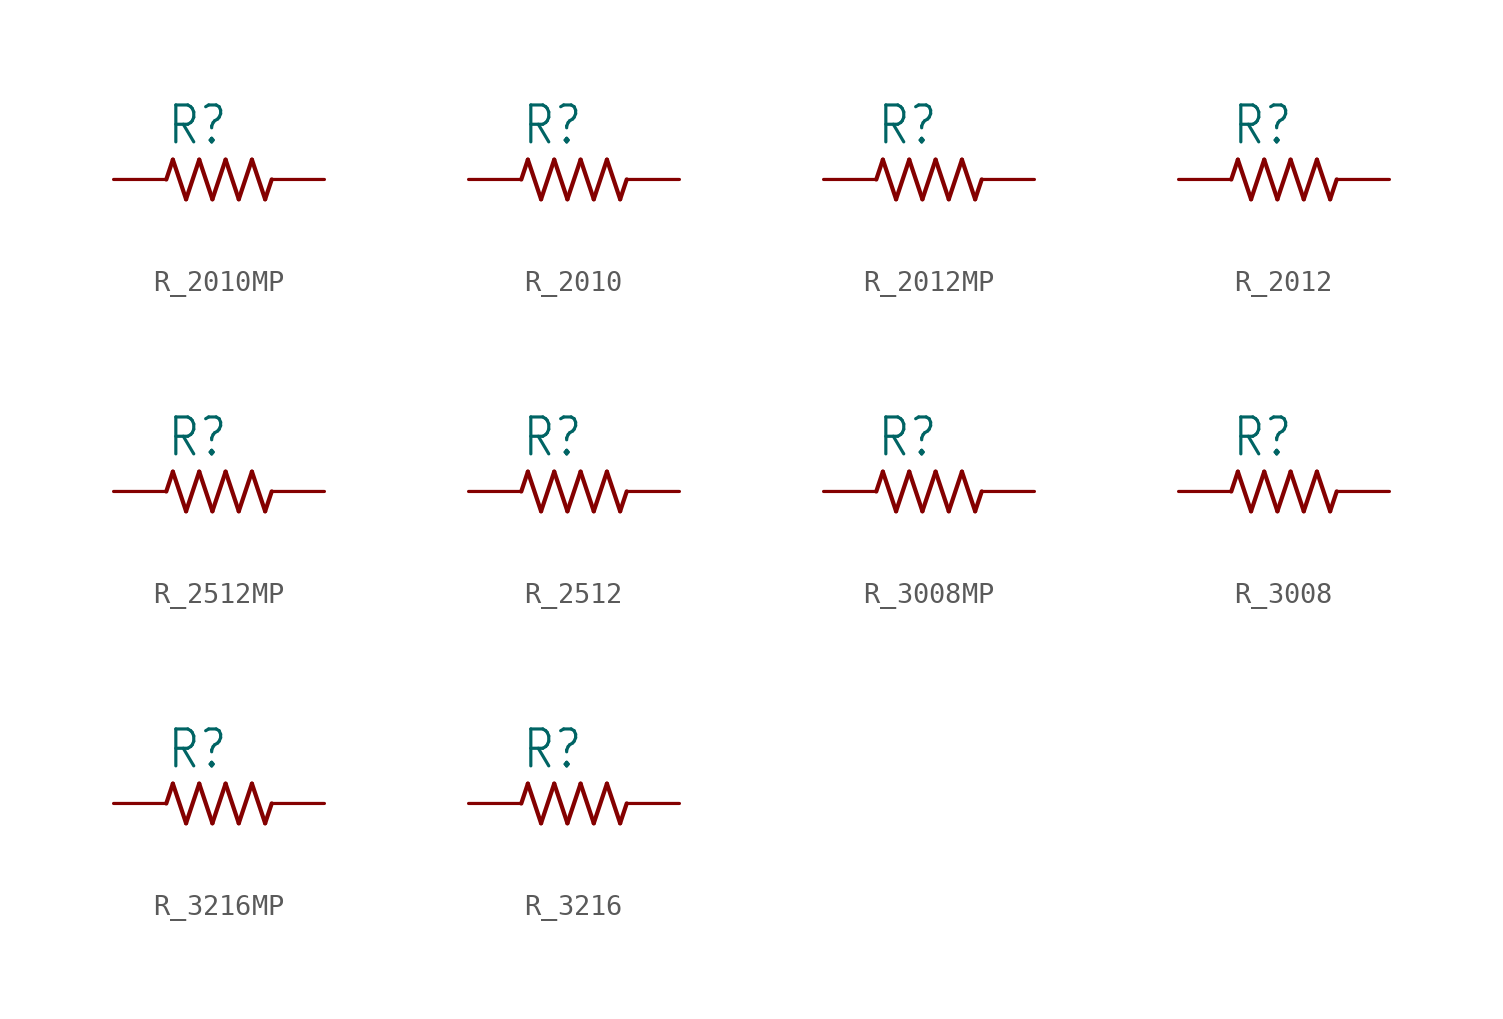
<source format=kicad_sym>
(kicad_symbol_lib
  (version 20231120)
  (generator "kicad_symbol_editor")
  (generator_version "8.0")
  (symbol "R_2010MP"
    (property "Reference" "R"
      (at -2.54 1.587 0)
      (effects (font (size 1.778 1.511)) (justify left bottom)))
    (property "Value" ""
      (at -2.54 -3.175 0)
      (effects (font (size 1.778 1.511)) (justify left bottom)))
    (property "ki_locked" ""
      (at 0 0 0)
      (effects (font (size 1.27 1.27))))
    (symbol "R_2010MP_1_0"
      (polyline (pts (xy -2.54 0) (xy -2.223 0.953)) (stroke (width 0.203) (type solid)) (fill (type none)))
      (polyline (pts (xy -2.223 0.953) (xy -1.587 -0.953)) (stroke (width 0.203) (type solid)) (fill (type none)))
      (polyline (pts (xy -1.587 -0.953) (xy -0.953 0.953)) (stroke (width 0.203) (type solid)) (fill (type none)))
      (polyline (pts (xy -0.953 0.953) (xy -0.318 -0.953)) (stroke (width 0.203) (type solid)) (fill (type none)))
      (polyline (pts (xy -0.318 -0.953) (xy 0.318 0.953)) (stroke (width 0.203) (type solid)) (fill (type none)))
      (polyline (pts (xy 0.318 0.953) (xy 0.953 -0.953)) (stroke (width 0.203) (type solid)) (fill (type none)))
      (polyline (pts (xy 0.953 -0.953) (xy 1.587 0.953)) (stroke (width 0.203) (type solid)) (fill (type none)))
      (polyline (pts (xy 1.587 0.953) (xy 2.223 -0.953)) (stroke (width 0.203) (type solid)) (fill (type none)))
      (polyline (pts (xy 2.223 -0.953) (xy 2.54 0)) (stroke (width 0.203) (type solid)) (fill (type none)))
      (pin passive line (at -5.08 0 0) (length 2.54) (name "1" (effects (font (size 0 0)))) (number "1" (effects (font (size 0 0)))))
      (pin passive line (at 5.08 0 180) (length 2.54) (name "2" (effects (font (size 0 0)))) (number "2" (effects (font (size 0 0)))))))
  (symbol "R_2010"
    (property "Reference" "R"
      (at -2.54 1.587 0)
      (effects (font (size 1.778 1.511)) (justify left bottom)))
    (property "Value" ""
      (at -2.54 -3.175 0)
      (effects (font (size 1.778 1.511)) (justify left bottom)))
    (property "ki_locked" ""
      (at 0 0 0)
      (effects (font (size 1.27 1.27))))
    (symbol "R_2010_1_0"
      (polyline (pts (xy -2.54 0) (xy -2.223 0.953)) (stroke (width 0.203) (type solid)) (fill (type none)))
      (polyline (pts (xy -2.223 0.953) (xy -1.587 -0.953)) (stroke (width 0.203) (type solid)) (fill (type none)))
      (polyline (pts (xy -1.587 -0.953) (xy -0.953 0.953)) (stroke (width 0.203) (type solid)) (fill (type none)))
      (polyline (pts (xy -0.953 0.953) (xy -0.318 -0.953)) (stroke (width 0.203) (type solid)) (fill (type none)))
      (polyline (pts (xy -0.318 -0.953) (xy 0.318 0.953)) (stroke (width 0.203) (type solid)) (fill (type none)))
      (polyline (pts (xy 0.318 0.953) (xy 0.953 -0.953)) (stroke (width 0.203) (type solid)) (fill (type none)))
      (polyline (pts (xy 0.953 -0.953) (xy 1.587 0.953)) (stroke (width 0.203) (type solid)) (fill (type none)))
      (polyline (pts (xy 1.587 0.953) (xy 2.223 -0.953)) (stroke (width 0.203) (type solid)) (fill (type none)))
      (polyline (pts (xy 2.223 -0.953) (xy 2.54 0)) (stroke (width 0.203) (type solid)) (fill (type none)))
      (pin passive line (at -5.08 0 0) (length 2.54) (name "1" (effects (font (size 0 0)))) (number "1" (effects (font (size 0 0)))))
      (pin passive line (at 5.08 0 180) (length 2.54) (name "2" (effects (font (size 0 0)))) (number "2" (effects (font (size 0 0)))))))
  (symbol "R_2012MP"
    (property "Reference" "R"
      (at -2.54 1.587 0)
      (effects (font (size 1.778 1.511)) (justify left bottom)))
    (property "Value" ""
      (at -2.54 -3.175 0)
      (effects (font (size 1.778 1.511)) (justify left bottom)))
    (property "ki_locked" ""
      (at 0 0 0)
      (effects (font (size 1.27 1.27))))
    (symbol "R_2012MP_1_0"
      (polyline (pts (xy -2.54 0) (xy -2.223 0.953)) (stroke (width 0.203) (type solid)) (fill (type none)))
      (polyline (pts (xy -2.223 0.953) (xy -1.587 -0.953)) (stroke (width 0.203) (type solid)) (fill (type none)))
      (polyline (pts (xy -1.587 -0.953) (xy -0.953 0.953)) (stroke (width 0.203) (type solid)) (fill (type none)))
      (polyline (pts (xy -0.953 0.953) (xy -0.318 -0.953)) (stroke (width 0.203) (type solid)) (fill (type none)))
      (polyline (pts (xy -0.318 -0.953) (xy 0.318 0.953)) (stroke (width 0.203) (type solid)) (fill (type none)))
      (polyline (pts (xy 0.318 0.953) (xy 0.953 -0.953)) (stroke (width 0.203) (type solid)) (fill (type none)))
      (polyline (pts (xy 0.953 -0.953) (xy 1.587 0.953)) (stroke (width 0.203) (type solid)) (fill (type none)))
      (polyline (pts (xy 1.587 0.953) (xy 2.223 -0.953)) (stroke (width 0.203) (type solid)) (fill (type none)))
      (polyline (pts (xy 2.223 -0.953) (xy 2.54 0)) (stroke (width 0.203) (type solid)) (fill (type none)))
      (pin passive line (at -5.08 0 0) (length 2.54) (name "1" (effects (font (size 0 0)))) (number "1" (effects (font (size 0 0)))))
      (pin passive line (at 5.08 0 180) (length 2.54) (name "2" (effects (font (size 0 0)))) (number "2" (effects (font (size 0 0)))))))
  (symbol "R_2012"
    (property "Reference" "R"
      (at -2.54 1.587 0)
      (effects (font (size 1.778 1.511)) (justify left bottom)))
    (property "Value" ""
      (at -2.54 -3.175 0)
      (effects (font (size 1.778 1.511)) (justify left bottom)))
    (property "ki_locked" ""
      (at 0 0 0)
      (effects (font (size 1.27 1.27))))
    (symbol "R_2012_1_0"
      (polyline (pts (xy -2.54 0) (xy -2.223 0.953)) (stroke (width 0.203) (type solid)) (fill (type none)))
      (polyline (pts (xy -2.223 0.953) (xy -1.587 -0.953)) (stroke (width 0.203) (type solid)) (fill (type none)))
      (polyline (pts (xy -1.587 -0.953) (xy -0.953 0.953)) (stroke (width 0.203) (type solid)) (fill (type none)))
      (polyline (pts (xy -0.953 0.953) (xy -0.318 -0.953)) (stroke (width 0.203) (type solid)) (fill (type none)))
      (polyline (pts (xy -0.318 -0.953) (xy 0.318 0.953)) (stroke (width 0.203) (type solid)) (fill (type none)))
      (polyline (pts (xy 0.318 0.953) (xy 0.953 -0.953)) (stroke (width 0.203) (type solid)) (fill (type none)))
      (polyline (pts (xy 0.953 -0.953) (xy 1.587 0.953)) (stroke (width 0.203) (type solid)) (fill (type none)))
      (polyline (pts (xy 1.587 0.953) (xy 2.223 -0.953)) (stroke (width 0.203) (type solid)) (fill (type none)))
      (polyline (pts (xy 2.223 -0.953) (xy 2.54 0)) (stroke (width 0.203) (type solid)) (fill (type none)))
      (pin passive line (at -5.08 0 0) (length 2.54) (name "1" (effects (font (size 0 0)))) (number "1" (effects (font (size 0 0)))))
      (pin passive line (at 5.08 0 180) (length 2.54) (name "2" (effects (font (size 0 0)))) (number "2" (effects (font (size 0 0)))))))
  (symbol "R_2512MP"
    (property "Reference" "R"
      (at -2.54 1.587 0)
      (effects (font (size 1.778 1.511)) (justify left bottom)))
    (property "Value" ""
      (at -2.54 -3.175 0)
      (effects (font (size 1.778 1.511)) (justify left bottom)))
    (property "ki_locked" ""
      (at 0 0 0)
      (effects (font (size 1.27 1.27))))
    (symbol "R_2512MP_1_0"
      (polyline (pts (xy -2.54 0) (xy -2.223 0.953)) (stroke (width 0.203) (type solid)) (fill (type none)))
      (polyline (pts (xy -2.223 0.953) (xy -1.587 -0.953)) (stroke (width 0.203) (type solid)) (fill (type none)))
      (polyline (pts (xy -1.587 -0.953) (xy -0.953 0.953)) (stroke (width 0.203) (type solid)) (fill (type none)))
      (polyline (pts (xy -0.953 0.953) (xy -0.318 -0.953)) (stroke (width 0.203) (type solid)) (fill (type none)))
      (polyline (pts (xy -0.318 -0.953) (xy 0.318 0.953)) (stroke (width 0.203) (type solid)) (fill (type none)))
      (polyline (pts (xy 0.318 0.953) (xy 0.953 -0.953)) (stroke (width 0.203) (type solid)) (fill (type none)))
      (polyline (pts (xy 0.953 -0.953) (xy 1.587 0.953)) (stroke (width 0.203) (type solid)) (fill (type none)))
      (polyline (pts (xy 1.587 0.953) (xy 2.223 -0.953)) (stroke (width 0.203) (type solid)) (fill (type none)))
      (polyline (pts (xy 2.223 -0.953) (xy 2.54 0)) (stroke (width 0.203) (type solid)) (fill (type none)))
      (pin passive line (at -5.08 0 0) (length 2.54) (name "1" (effects (font (size 0 0)))) (number "1" (effects (font (size 0 0)))))
      (pin passive line (at 5.08 0 180) (length 2.54) (name "2" (effects (font (size 0 0)))) (number "2" (effects (font (size 0 0)))))))
  (symbol "R_2512"
    (property "Reference" "R"
      (at -2.54 1.587 0)
      (effects (font (size 1.778 1.511)) (justify left bottom)))
    (property "Value" ""
      (at -2.54 -3.175 0)
      (effects (font (size 1.778 1.511)) (justify left bottom)))
    (property "ki_locked" ""
      (at 0 0 0)
      (effects (font (size 1.27 1.27))))
    (symbol "R_2512_1_0"
      (polyline (pts (xy -2.54 0) (xy -2.223 0.953)) (stroke (width 0.203) (type solid)) (fill (type none)))
      (polyline (pts (xy -2.223 0.953) (xy -1.587 -0.953)) (stroke (width 0.203) (type solid)) (fill (type none)))
      (polyline (pts (xy -1.587 -0.953) (xy -0.953 0.953)) (stroke (width 0.203) (type solid)) (fill (type none)))
      (polyline (pts (xy -0.953 0.953) (xy -0.318 -0.953)) (stroke (width 0.203) (type solid)) (fill (type none)))
      (polyline (pts (xy -0.318 -0.953) (xy 0.318 0.953)) (stroke (width 0.203) (type solid)) (fill (type none)))
      (polyline (pts (xy 0.318 0.953) (xy 0.953 -0.953)) (stroke (width 0.203) (type solid)) (fill (type none)))
      (polyline (pts (xy 0.953 -0.953) (xy 1.587 0.953)) (stroke (width 0.203) (type solid)) (fill (type none)))
      (polyline (pts (xy 1.587 0.953) (xy 2.223 -0.953)) (stroke (width 0.203) (type solid)) (fill (type none)))
      (polyline (pts (xy 2.223 -0.953) (xy 2.54 0)) (stroke (width 0.203) (type solid)) (fill (type none)))
      (pin passive line (at -5.08 0 0) (length 2.54) (name "1" (effects (font (size 0 0)))) (number "1" (effects (font (size 0 0)))))
      (pin passive line (at 5.08 0 180) (length 2.54) (name "2" (effects (font (size 0 0)))) (number "2" (effects (font (size 0 0)))))))
  (symbol "R_3008MP"
    (property "Reference" "R"
      (at -2.54 1.587 0)
      (effects (font (size 1.778 1.511)) (justify left bottom)))
    (property "Value" ""
      (at -2.54 -3.175 0)
      (effects (font (size 1.778 1.511)) (justify left bottom)))
    (property "ki_locked" ""
      (at 0 0 0)
      (effects (font (size 1.27 1.27))))
    (symbol "R_3008MP_1_0"
      (polyline (pts (xy -2.54 0) (xy -2.223 0.953)) (stroke (width 0.203) (type solid)) (fill (type none)))
      (polyline (pts (xy -2.223 0.953) (xy -1.587 -0.953)) (stroke (width 0.203) (type solid)) (fill (type none)))
      (polyline (pts (xy -1.587 -0.953) (xy -0.953 0.953)) (stroke (width 0.203) (type solid)) (fill (type none)))
      (polyline (pts (xy -0.953 0.953) (xy -0.318 -0.953)) (stroke (width 0.203) (type solid)) (fill (type none)))
      (polyline (pts (xy -0.318 -0.953) (xy 0.318 0.953)) (stroke (width 0.203) (type solid)) (fill (type none)))
      (polyline (pts (xy 0.318 0.953) (xy 0.953 -0.953)) (stroke (width 0.203) (type solid)) (fill (type none)))
      (polyline (pts (xy 0.953 -0.953) (xy 1.587 0.953)) (stroke (width 0.203) (type solid)) (fill (type none)))
      (polyline (pts (xy 1.587 0.953) (xy 2.223 -0.953)) (stroke (width 0.203) (type solid)) (fill (type none)))
      (polyline (pts (xy 2.223 -0.953) (xy 2.54 0)) (stroke (width 0.203) (type solid)) (fill (type none)))
      (pin passive line (at -5.08 0 0) (length 2.54) (name "1" (effects (font (size 0 0)))) (number "1" (effects (font (size 0 0)))))
      (pin passive line (at 5.08 0 180) (length 2.54) (name "2" (effects (font (size 0 0)))) (number "2" (effects (font (size 0 0)))))))
  (symbol "R_3008"
    (property "Reference" "R"
      (at -2.54 1.587 0)
      (effects (font (size 1.778 1.511)) (justify left bottom)))
    (property "Value" ""
      (at -2.54 -3.175 0)
      (effects (font (size 1.778 1.511)) (justify left bottom)))
    (property "ki_locked" ""
      (at 0 0 0)
      (effects (font (size 1.27 1.27))))
    (symbol "R_3008_1_0"
      (polyline (pts (xy -2.54 0) (xy -2.223 0.953)) (stroke (width 0.203) (type solid)) (fill (type none)))
      (polyline (pts (xy -2.223 0.953) (xy -1.587 -0.953)) (stroke (width 0.203) (type solid)) (fill (type none)))
      (polyline (pts (xy -1.587 -0.953) (xy -0.953 0.953)) (stroke (width 0.203) (type solid)) (fill (type none)))
      (polyline (pts (xy -0.953 0.953) (xy -0.318 -0.953)) (stroke (width 0.203) (type solid)) (fill (type none)))
      (polyline (pts (xy -0.318 -0.953) (xy 0.318 0.953)) (stroke (width 0.203) (type solid)) (fill (type none)))
      (polyline (pts (xy 0.318 0.953) (xy 0.953 -0.953)) (stroke (width 0.203) (type solid)) (fill (type none)))
      (polyline (pts (xy 0.953 -0.953) (xy 1.587 0.953)) (stroke (width 0.203) (type solid)) (fill (type none)))
      (polyline (pts (xy 1.587 0.953) (xy 2.223 -0.953)) (stroke (width 0.203) (type solid)) (fill (type none)))
      (polyline (pts (xy 2.223 -0.953) (xy 2.54 0)) (stroke (width 0.203) (type solid)) (fill (type none)))
      (pin passive line (at -5.08 0 0) (length 2.54) (name "1" (effects (font (size 0 0)))) (number "1" (effects (font (size 0 0)))))
      (pin passive line (at 5.08 0 180) (length 2.54) (name "2" (effects (font (size 0 0)))) (number "2" (effects (font (size 0 0)))))))
  (symbol "R_3216MP"
    (property "Reference" "R"
      (at -2.54 1.587 0)
      (effects (font (size 1.778 1.511)) (justify left bottom)))
    (property "Value" ""
      (at -2.54 -3.175 0)
      (effects (font (size 1.778 1.511)) (justify left bottom)))
    (property "ki_locked" ""
      (at 0 0 0)
      (effects (font (size 1.27 1.27))))
    (symbol "R_3216MP_1_0"
      (polyline (pts (xy -2.54 0) (xy -2.223 0.953)) (stroke (width 0.203) (type solid)) (fill (type none)))
      (polyline (pts (xy -2.223 0.953) (xy -1.587 -0.953)) (stroke (width 0.203) (type solid)) (fill (type none)))
      (polyline (pts (xy -1.587 -0.953) (xy -0.953 0.953)) (stroke (width 0.203) (type solid)) (fill (type none)))
      (polyline (pts (xy -0.953 0.953) (xy -0.318 -0.953)) (stroke (width 0.203) (type solid)) (fill (type none)))
      (polyline (pts (xy -0.318 -0.953) (xy 0.318 0.953)) (stroke (width 0.203) (type solid)) (fill (type none)))
      (polyline (pts (xy 0.318 0.953) (xy 0.953 -0.953)) (stroke (width 0.203) (type solid)) (fill (type none)))
      (polyline (pts (xy 0.953 -0.953) (xy 1.587 0.953)) (stroke (width 0.203) (type solid)) (fill (type none)))
      (polyline (pts (xy 1.587 0.953) (xy 2.223 -0.953)) (stroke (width 0.203) (type solid)) (fill (type none)))
      (polyline (pts (xy 2.223 -0.953) (xy 2.54 0)) (stroke (width 0.203) (type solid)) (fill (type none)))
      (pin passive line (at -5.08 0 0) (length 2.54) (name "1" (effects (font (size 0 0)))) (number "1" (effects (font (size 0 0)))))
      (pin passive line (at 5.08 0 180) (length 2.54) (name "2" (effects (font (size 0 0)))) (number "2" (effects (font (size 0 0)))))))
  (symbol "R_3216"
    (property "Reference" "R"
      (at -2.54 1.587 0)
      (effects (font (size 1.778 1.511)) (justify left bottom)))
    (property "Value" ""
      (at -2.54 -3.175 0)
      (effects (font (size 1.778 1.511)) (justify left bottom)))
    (property "ki_locked" ""
      (at 0 0 0)
      (effects (font (size 1.27 1.27))))
    (symbol "R_3216_1_0"
      (polyline (pts (xy -2.54 0) (xy -2.223 0.953)) (stroke (width 0.203) (type solid)) (fill (type none)))
      (polyline (pts (xy -2.223 0.953) (xy -1.587 -0.953)) (stroke (width 0.203) (type solid)) (fill (type none)))
      (polyline (pts (xy -1.587 -0.953) (xy -0.953 0.953)) (stroke (width 0.203) (type solid)) (fill (type none)))
      (polyline (pts (xy -0.953 0.953) (xy -0.318 -0.953)) (stroke (width 0.203) (type solid)) (fill (type none)))
      (polyline (pts (xy -0.318 -0.953) (xy 0.318 0.953)) (stroke (width 0.203) (type solid)) (fill (type none)))
      (polyline (pts (xy 0.318 0.953) (xy 0.953 -0.953)) (stroke (width 0.203) (type solid)) (fill (type none)))
      (polyline (pts (xy 0.953 -0.953) (xy 1.587 0.953)) (stroke (width 0.203) (type solid)) (fill (type none)))
      (polyline (pts (xy 1.587 0.953) (xy 2.223 -0.953)) (stroke (width 0.203) (type solid)) (fill (type none)))
      (polyline (pts (xy 2.223 -0.953) (xy 2.54 0)) (stroke (width 0.203) (type solid)) (fill (type none)))
      (pin passive line (at -5.08 0 0) (length 2.54) (name "1" (effects (font (size 0 0)))) (number "1" (effects (font (size 0 0)))))
      (pin passive line (at 5.08 0 180) (length 2.54) (name "2" (effects (font (size 0 0)))) (number "2" (effects (font (size 0 0))))))))
</source>
